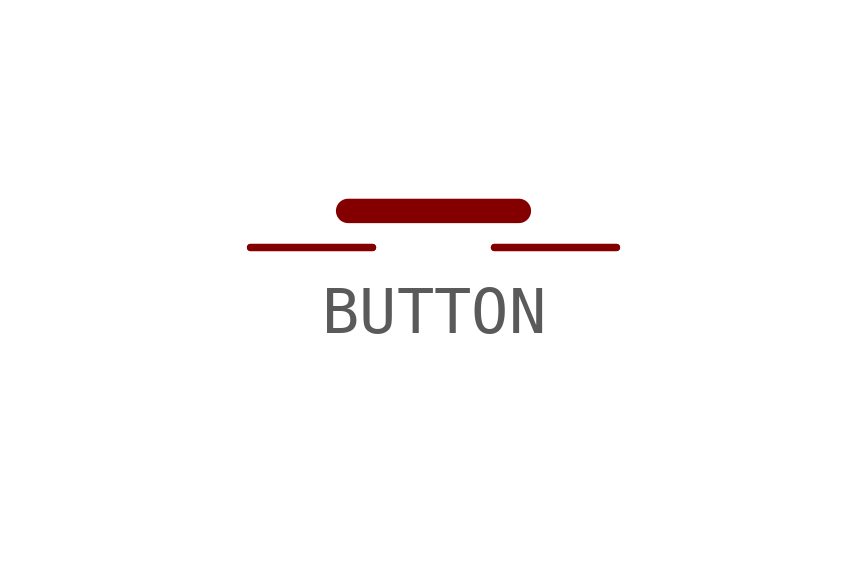
<source format=kicad_sym>
(kicad_symbol_lib
  (version 20231120)
  (generator "kicad_symbol_editor")
  (generator_version "8.0")
  (symbol "BUTTON"
    (property "Reference" ""
      (at -2.54 1.016 0)
      (effects (font (size 1.27 1.079)) (justify left bottom) (hide yes)))
    (property "ki_locked" ""
      (at 0 0 0)
      (effects (font (size 1.27 1.27))))
    (symbol "BUTTON_1_0"
      (polyline (pts (xy -1.778 0.762) (xy 1.778 0.762)) (stroke (width 0.508) (type solid)) (fill (type none)))
      (pin bidirectional line (at -3.81 0 0) (length 2.54) (name "P$1" (effects (font (size 0 0)))) (number "1" (effects (font (size 0 0)))))
      (pin bidirectional line (at 3.81 0 180) (length 2.54) (name "P$2" (effects (font (size 0 0)))) (number "2" (effects (font (size 0 0)))))
      (pin bidirectional line (at 3.81 0 180) (length 2.54) (name "P$2" (effects (font (size 0 0)))) (number "3" (effects (font (size 0 0)))))
      (pin bidirectional line (at -3.81 0 0) (length 2.54) (name "P$1" (effects (font (size 0 0)))) (number "4" (effects (font (size 0 0))))))))
</source>
